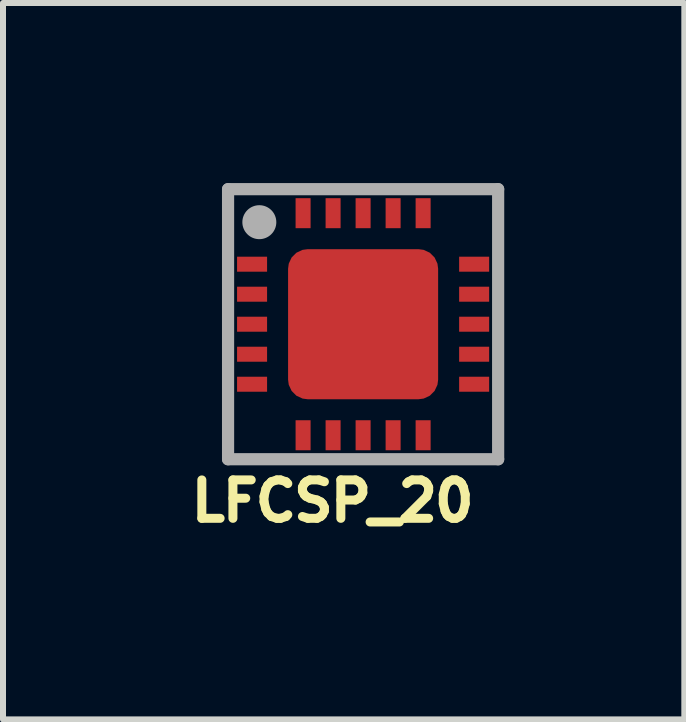
<source format=kicad_pcb>
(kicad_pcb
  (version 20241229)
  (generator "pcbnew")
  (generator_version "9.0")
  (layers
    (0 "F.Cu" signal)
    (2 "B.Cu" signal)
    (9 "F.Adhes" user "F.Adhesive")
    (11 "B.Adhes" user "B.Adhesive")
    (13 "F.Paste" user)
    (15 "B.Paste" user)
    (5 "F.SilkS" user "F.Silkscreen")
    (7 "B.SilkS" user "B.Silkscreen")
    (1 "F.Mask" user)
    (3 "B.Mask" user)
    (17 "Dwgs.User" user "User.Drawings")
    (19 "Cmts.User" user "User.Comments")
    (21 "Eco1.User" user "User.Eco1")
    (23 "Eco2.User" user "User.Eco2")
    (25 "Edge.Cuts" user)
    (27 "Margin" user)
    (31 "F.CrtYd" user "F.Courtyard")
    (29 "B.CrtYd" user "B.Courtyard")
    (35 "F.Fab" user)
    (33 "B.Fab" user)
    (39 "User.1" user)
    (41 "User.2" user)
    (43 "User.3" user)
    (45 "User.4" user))
  (footprint "LFCSP_20"
    (layer "F.Cu")
    (at 3 2.352)
    (property "Reference" "LFCSP_20" (at -0.508 2.946 0) (layer "F.SilkS") (effects (font (size 0.64 0.64) (thickness 0.15))))
    (attr through_hole)
    (fp_poly (pts (xy 0 -0.508) (xy 0.027 -0.507) (xy 0.053 -0.505) (xy 0.079 -0.502) (xy 0.106 -0.497) (xy 0.131 -0.491) (xy 0.157 -0.483) (xy 0.182 -0.474) (xy 0.207 -0.464) (xy 0.231 -0.453) (xy 0.254 -0.44) (xy 0.277 -0.426) (xy 0.299 -0.411) (xy 0.32 -0.395) (xy 0.34 -0.378) (xy 0.359 -0.359) (xy 0.378 -0.34) (xy 0.395 -0.32) (xy 0.411 -0.299) (xy 0.426 -0.277) (xy 0.44 -0.254) (xy 0.453 -0.231) (xy 0.464 -0.207) (xy 0.474 -0.182) (xy 0.483 -0.157) (xy 0.491 -0.131) (xy 0.497 -0.106) (xy 0.502 -0.079) (xy 0.505 -0.053) (xy 0.507 -0.027) (xy 0.508 0) (xy 0.507 0.027) (xy 0.505 0.053) (xy 0.502 0.079) (xy 0.497 0.106) (xy 0.491 0.131) (xy 0.483 0.157) (xy 0.474 0.182) (xy 0.464 0.207) (xy 0.453 0.231) (xy 0.44 0.254) (xy 0.426 0.277) (xy 0.411 0.299) (xy 0.395 0.32) (xy 0.378 0.34) (xy 0.359 0.359) (xy 0.34 0.378) (xy 0.32 0.395) (xy 0.299 0.411) (xy 0.277 0.426) (xy 0.254 0.44) (xy 0.231 0.453) (xy 0.207 0.464) (xy 0.182 0.474) (xy 0.157 0.483) (xy 0.131 0.491) (xy 0.106 0.497) (xy 0.079 0.502) (xy 0.053 0.505) (xy 0.027 0.507) (xy 0 0.508) (xy -0.027 0.507) (xy -0.053 0.505) (xy -0.079 0.502) (xy -0.106 0.497) (xy -0.131 0.491) (xy -0.157 0.483) (xy -0.182 0.474) (xy -0.207 0.464) (xy -0.231 0.453) (xy -0.254 0.44) (xy -0.277 0.426) (xy -0.299 0.411) (xy -0.32 0.395) (xy -0.34 0.378) (xy -0.359 0.359) (xy -0.378 0.34) (xy -0.395 0.32) (xy -0.411 0.299) (xy -0.426 0.277) (xy -0.44 0.254) (xy -0.453 0.231) (xy -0.464 0.207) (xy -0.474 0.182) (xy -0.483 0.157) (xy -0.491 0.131) (xy -0.497 0.106) (xy -0.502 0.079) (xy -0.505 0.053) (xy -0.507 0.027) (xy -0.508 0) (xy -0.507 -0.027) (xy -0.505 -0.053) (xy -0.502 -0.079) (xy -0.497 -0.106) (xy -0.491 -0.131) (xy -0.483 -0.157) (xy -0.474 -0.182) (xy -0.464 -0.207) (xy -0.453 -0.231) (xy -0.44 -0.254) (xy -0.426 -0.277) (xy -0.411 -0.299) (xy -0.395 -0.32) (xy -0.378 -0.34) (xy -0.359 -0.359) (xy -0.34 -0.378) (xy -0.32 -0.395) (xy -0.299 -0.411) (xy -0.277 -0.426) (xy -0.254 -0.44) (xy -0.231 -0.453) (xy -0.207 -0.464) (xy -0.182 -0.474) (xy -0.157 -0.483) (xy -0.131 -0.491) (xy -0.106 -0.497) (xy -0.079 -0.502) (xy -0.053 -0.505) (xy -0.027 -0.507) (xy 0 -0.508)) (stroke (width 0.127) (type solid)) (fill yes) (layer "F.Paste"))
    (fp_line (start -2.25 -2.25) (end -2.25 2.25) (stroke (width 0.203) (type solid)) (layer "F.Fab"))
    (fp_line (start -2.25 2.25) (end 2.25 2.25) (stroke (width 0.203) (type solid)) (layer "F.Fab"))
    (fp_line (start 2.25 -2.25) (end -2.25 -2.25) (stroke (width 0.203) (type solid)) (layer "F.Fab"))
    (fp_line (start 2.25 2.25) (end 2.25 -2.25) (stroke (width 0.203) (type solid)) (layer "F.Fab"))
    (fp_circle (center -1.729 -1.7) (end -1.446 -1.7) (stroke (width 0) (type solid)) (fill yes) (layer "F.Fab"))
    (pad "1" smd rect (at -1.85 -1 270) (size 0.25 0.5) (layers "F.Cu" "F.Mask" "F.Paste"))
    (pad "2" smd rect (at -1.85 -0.5 270) (size 0.25 0.5) (layers "F.Cu" "F.Mask" "F.Paste"))
    (pad "3" smd rect (at -1.85 0 270) (size 0.25 0.5) (layers "F.Cu" "F.Mask" "F.Paste"))
    (pad "4" smd rect (at -1.85 0.5 270) (size 0.25 0.5) (layers "F.Cu" "F.Mask" "F.Paste"))
    (pad "5" smd rect (at -1.85 1 270) (size 0.25 0.5) (layers "F.Cu" "F.Mask" "F.Paste"))
    (pad "6" smd rect (at -1 1.85) (size 0.25 0.5) (layers "F.Cu" "F.Mask" "F.Paste"))
    (pad "7" smd rect (at -0.5 1.85) (size 0.25 0.5) (layers "F.Cu" "F.Mask" "F.Paste"))
    (pad "8" smd rect (at 0 1.85) (size 0.25 0.5) (layers "F.Cu" "F.Mask" "F.Paste"))
    (pad "9" smd rect (at 0.5 1.85) (size 0.25 0.5) (layers "F.Cu" "F.Mask" "F.Paste"))
    (pad "10" smd rect (at 1 1.85) (size 0.25 0.5) (layers "F.Cu" "F.Mask" "F.Paste"))
    (pad "11" smd rect (at 1.85 1 90) (size 0.25 0.5) (layers "F.Cu" "F.Mask" "F.Paste"))
    (pad "12" smd rect (at 1.85 0.5 90) (size 0.25 0.5) (layers "F.Cu" "F.Mask" "F.Paste"))
    (pad "13" smd rect (at 1.85 0 90) (size 0.25 0.5) (layers "F.Cu" "F.Mask" "F.Paste"))
    (pad "14" smd rect (at 1.85 -0.5 90) (size 0.25 0.5) (layers "F.Cu" "F.Mask" "F.Paste"))
    (pad "15" smd rect (at 1.85 -1 90) (size 0.25 0.5) (layers "F.Cu" "F.Mask" "F.Paste"))
    (pad "16" smd rect (at 1 -1.85 180) (size 0.25 0.5) (layers "F.Cu" "F.Mask" "F.Paste"))
    (pad "17" smd rect (at 0.5 -1.85 180) (size 0.25 0.5) (layers "F.Cu" "F.Mask" "F.Paste"))
    (pad "18" smd rect (at 0 -1.85 180) (size 0.25 0.5) (layers "F.Cu" "F.Mask" "F.Paste"))
    (pad "19" smd rect (at -0.5 -1.85 180) (size 0.25 0.5) (layers "F.Cu" "F.Mask" "F.Paste"))
    (pad "20" smd rect (at -1 -1.85 180) (size 0.25 0.5) (layers "F.Cu" "F.Mask" "F.Paste"))
    (pad "PAD" smd roundrect (at 0 0) (size 2.5 2.5) (layers "F.Cu" "F.Mask") (roundrect_rratio 0.13)))
  (gr_rect
    (start -3 -3)
    (end 8.352 8.936)
    (stroke (width 0.1) (type default))
    (fill no)
    (layer "Edge.Cuts")))
</source>
